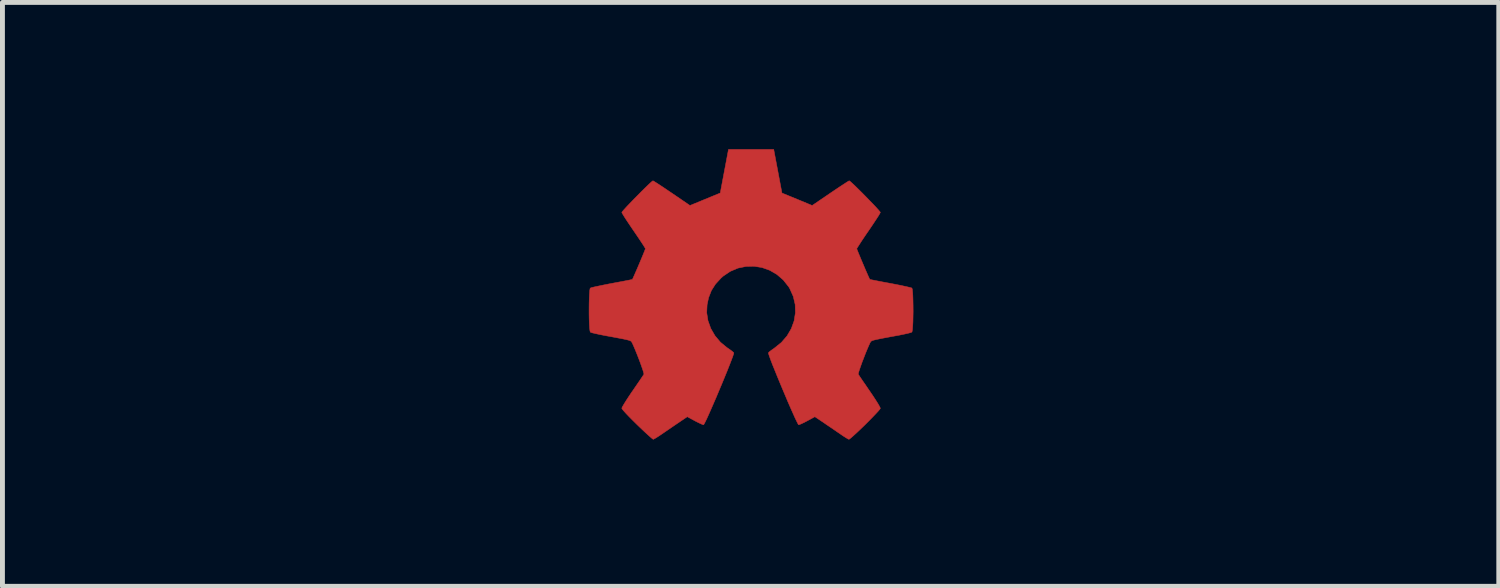
<source format=kicad_pcb>
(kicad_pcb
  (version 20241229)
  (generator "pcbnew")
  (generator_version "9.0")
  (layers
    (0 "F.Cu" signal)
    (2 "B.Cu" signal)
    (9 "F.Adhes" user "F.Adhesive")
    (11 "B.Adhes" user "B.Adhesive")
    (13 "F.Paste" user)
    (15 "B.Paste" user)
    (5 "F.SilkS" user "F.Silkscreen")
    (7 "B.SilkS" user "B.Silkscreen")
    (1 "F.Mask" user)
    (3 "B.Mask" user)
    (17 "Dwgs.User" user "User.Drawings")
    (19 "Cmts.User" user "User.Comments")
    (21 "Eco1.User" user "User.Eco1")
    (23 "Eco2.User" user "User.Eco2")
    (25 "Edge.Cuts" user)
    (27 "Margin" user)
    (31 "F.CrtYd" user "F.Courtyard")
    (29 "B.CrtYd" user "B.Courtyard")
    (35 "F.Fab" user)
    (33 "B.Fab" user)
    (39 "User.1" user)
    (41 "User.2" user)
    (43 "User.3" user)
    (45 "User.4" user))
  (footprint "OSHW-Symbol_6.7x6mm_Copper"
    (layer "F.Cu")
    (at 12.292 2.981)
    (property "Reference" "OSHW-Symbol_6.7x6mm_Copper" (at 0 0 0) (layer "F.Mask") (effects (font (size 1 1) (thickness 0.15))))
    (attr board_only exclude_from_pos_files exclude_from_bom)
    (fp_poly (pts (xy 0.556 -2.531) (xy 0.64 -2.086) (xy 0.949 -1.959) (xy 1.258 -1.831) (xy 1.629 -2.084) (xy 1.733 -2.154) (xy 1.827 -2.217) (xy 1.907 -2.269) (xy 1.967 -2.308) (xy 2.005 -2.331) (xy 2.015 -2.336) (xy 2.034 -2.323) (xy 2.073 -2.288) (xy 2.13 -2.235) (xy 2.198 -2.168) (xy 2.274 -2.093) (xy 2.353 -2.013) (xy 2.431 -1.932) (xy 2.504 -1.857) (xy 2.567 -1.79) (xy 2.615 -1.737) (xy 2.644 -1.702) (xy 2.651 -1.69) (xy 2.641 -1.669) (xy 2.613 -1.621) (xy 2.569 -1.553) (xy 2.513 -1.468) (xy 2.448 -1.371) (xy 2.41 -1.316) (xy 2.341 -1.215) (xy 2.28 -1.124) (xy 2.23 -1.047) (xy 2.193 -0.989) (xy 2.172 -0.955) (xy 2.169 -0.948) (xy 2.176 -0.927) (xy 2.195 -0.879) (xy 2.223 -0.811) (xy 2.257 -0.729) (xy 2.295 -0.64) (xy 2.333 -0.55) (xy 2.369 -0.467) (xy 2.4 -0.396) (xy 2.423 -0.346) (xy 2.435 -0.322) (xy 2.436 -0.321) (xy 2.455 -0.316) (xy 2.505 -0.306) (xy 2.581 -0.291) (xy 2.678 -0.272) (xy 2.791 -0.251) (xy 2.856 -0.239) (xy 2.977 -0.216) (xy 3.086 -0.194) (xy 3.177 -0.174) (xy 3.246 -0.158) (xy 3.287 -0.147) (xy 3.296 -0.143) (xy 3.304 -0.119) (xy 3.31 -0.064) (xy 3.315 0.015) (xy 3.318 0.112) (xy 3.32 0.22) (xy 3.321 0.333) (xy 3.319 0.445) (xy 3.317 0.549) (xy 3.312 0.638) (xy 3.307 0.707) (xy 3.299 0.748) (xy 3.295 0.757) (xy 3.269 0.767) (xy 3.213 0.782) (xy 3.136 0.799) (xy 3.044 0.818) (xy 3.012 0.824) (xy 2.858 0.852) (xy 2.735 0.875) (xy 2.642 0.893) (xy 2.572 0.908) (xy 2.523 0.919) (xy 2.491 0.929) (xy 2.471 0.938) (xy 2.459 0.947) (xy 2.457 0.948) (xy 2.44 0.976) (xy 2.415 1.031) (xy 2.383 1.105) (xy 2.347 1.192) (xy 2.311 1.286) (xy 2.275 1.379) (xy 2.244 1.466) (xy 2.219 1.539) (xy 2.203 1.592) (xy 2.199 1.618) (xy 2.2 1.619) (xy 2.214 1.64) (xy 2.245 1.687) (xy 2.291 1.755) (xy 2.349 1.838) (xy 2.413 1.933) (xy 2.432 1.96) (xy 2.498 2.057) (xy 2.556 2.146) (xy 2.603 2.221) (xy 2.635 2.278) (xy 2.651 2.311) (xy 2.651 2.315) (xy 2.638 2.336) (xy 2.603 2.377) (xy 2.549 2.435) (xy 2.482 2.505) (xy 2.406 2.582) (xy 2.326 2.662) (xy 2.245 2.74) (xy 2.17 2.811) (xy 2.103 2.872) (xy 2.051 2.918) (xy 2.017 2.944) (xy 2.008 2.948) (xy 1.986 2.938) (xy 1.941 2.911) (xy 1.88 2.872) (xy 1.834 2.84) (xy 1.749 2.782) (xy 1.65 2.714) (xy 1.549 2.646) (xy 1.496 2.609) (xy 1.313 2.486) (xy 1.16 2.569) (xy 1.091 2.605) (xy 1.031 2.633) (xy 0.991 2.649) (xy 0.981 2.651) (xy 0.969 2.635) (xy 0.945 2.588) (xy 0.91 2.516) (xy 0.868 2.422) (xy 0.818 2.31) (xy 0.764 2.186) (xy 0.708 2.053) (xy 0.65 1.916) (xy 0.593 1.779) (xy 0.538 1.646) (xy 0.488 1.522) (xy 0.443 1.411) (xy 0.407 1.317) (xy 0.381 1.244) (xy 0.366 1.197) (xy 0.363 1.181) (xy 0.382 1.16) (xy 0.424 1.127) (xy 0.48 1.088) (xy 0.484 1.085) (xy 0.628 0.969) (xy 0.744 0.835) (xy 0.831 0.686) (xy 0.889 0.526) (xy 0.915 0.36) (xy 0.91 0.192) (xy 0.871 0.026) (xy 0.799 -0.134) (xy 0.778 -0.169) (xy 0.667 -0.309) (xy 0.536 -0.422) (xy 0.39 -0.507) (xy 0.233 -0.563) (xy 0.069 -0.589) (xy -0.097 -0.585) (xy -0.26 -0.551) (xy -0.416 -0.485) (xy -0.56 -0.388) (xy -0.605 -0.348) (xy -0.719 -0.224) (xy -0.802 -0.094) (xy -0.859 0.052) (xy -0.89 0.197) (xy -0.898 0.36) (xy -0.872 0.523) (xy -0.815 0.682) (xy -0.729 0.831) (xy -0.617 0.964) (xy -0.482 1.075) (xy -0.464 1.087) (xy -0.408 1.126) (xy -0.365 1.159) (xy -0.345 1.18) (xy -0.344 1.181) (xy -0.349 1.204) (xy -0.366 1.256) (xy -0.395 1.333) (xy -0.433 1.431) (xy -0.478 1.545) (xy -0.53 1.672) (xy -0.585 1.806) (xy -0.643 1.943) (xy -0.7 2.08) (xy -0.757 2.211) (xy -0.81 2.333) (xy -0.858 2.441) (xy -0.899 2.532) (xy -0.932 2.599) (xy -0.954 2.64) (xy -0.963 2.651) (xy -0.99 2.643) (xy -1.04 2.62) (xy -1.106 2.588) (xy -1.142 2.569) (xy -1.295 2.486) (xy -1.477 2.609) (xy -1.57 2.672) (xy -1.672 2.742) (xy -1.767 2.807) (xy -1.815 2.84) (xy -1.882 2.885) (xy -1.939 2.921) (xy -1.979 2.943) (xy -1.991 2.948) (xy -2.01 2.935) (xy -2.051 2.9) (xy -2.11 2.847) (xy -2.185 2.778) (xy -2.269 2.698) (xy -2.323 2.646) (xy -2.416 2.554) (xy -2.497 2.472) (xy -2.562 2.403) (xy -2.608 2.351) (xy -2.631 2.319) (xy -2.633 2.312) (xy -2.623 2.287) (xy -2.594 2.237) (xy -2.551 2.167) (xy -2.496 2.082) (xy -2.432 1.986) (xy -2.413 1.96) (xy -2.347 1.863) (xy -2.287 1.776) (xy -2.238 1.704) (xy -2.202 1.65) (xy -2.183 1.622) (xy -2.181 1.619) (xy -2.184 1.596) (xy -2.199 1.545) (xy -2.223 1.474) (xy -2.253 1.389) (xy -2.288 1.296) (xy -2.325 1.202) (xy -2.361 1.113) (xy -2.393 1.038) (xy -2.419 0.981) (xy -2.437 0.95) (xy -2.438 0.948) (xy -2.449 0.94) (xy -2.468 0.931) (xy -2.498 0.921) (xy -2.543 0.91) (xy -2.608 0.896) (xy -2.697 0.879) (xy -2.813 0.857) (xy -2.962 0.83) (xy -2.994 0.824) (xy -3.089 0.805) (xy -3.172 0.787) (xy -3.235 0.772) (xy -3.271 0.76) (xy -3.276 0.757) (xy -3.284 0.732) (xy -3.291 0.677) (xy -3.296 0.597) (xy -3.3 0.5) (xy -3.302 0.392) (xy -3.302 0.279) (xy -3.301 0.167) (xy -3.298 0.064) (xy -3.294 -0.026) (xy -3.289 -0.094) (xy -3.281 -0.135) (xy -3.277 -0.143) (xy -3.253 -0.152) (xy -3.197 -0.166) (xy -3.117 -0.183) (xy -3.016 -0.204) (xy -2.901 -0.227) (xy -2.838 -0.239) (xy -2.719 -0.261) (xy -2.613 -0.281) (xy -2.524 -0.298) (xy -2.46 -0.311) (xy -2.423 -0.319) (xy -2.417 -0.321) (xy -2.407 -0.34) (xy -2.386 -0.387) (xy -2.356 -0.455) (xy -2.32 -0.537) (xy -2.282 -0.626) (xy -2.244 -0.716) (xy -2.209 -0.8) (xy -2.18 -0.871) (xy -2.16 -0.922) (xy -2.151 -0.948) (xy -2.151 -0.949) (xy -2.161 -0.968) (xy -2.189 -1.014) (xy -2.233 -1.081) (xy -2.289 -1.165) (xy -2.354 -1.261) (xy -2.392 -1.316) (xy -2.461 -1.418) (xy -2.522 -1.509) (xy -2.573 -1.587) (xy -2.61 -1.647) (xy -2.63 -1.683) (xy -2.633 -1.691) (xy -2.62 -1.709) (xy -2.585 -1.75) (xy -2.533 -1.807) (xy -2.467 -1.876) (xy -2.393 -1.953) (xy -2.314 -2.033) (xy -2.235 -2.113) (xy -2.16 -2.187) (xy -2.095 -2.25) (xy -2.043 -2.299) (xy -2.008 -2.329) (xy -1.996 -2.336) (xy -1.978 -2.326) (xy -1.933 -2.298) (xy -1.866 -2.255) (xy -1.781 -2.199) (xy -1.684 -2.133) (xy -1.611 -2.084) (xy -1.24 -1.831) (xy -0.621 -2.086) (xy -0.537 -2.531) (xy -0.453 -2.976) (xy 0.472 -2.976) (xy 0.556 -2.531)) (stroke (width 0.01) (type solid)) (fill yes) (layer "F.Cu"))
    (fp_poly (pts (xy 0.556 -2.531) (xy 0.64 -2.086) (xy 0.949 -1.959) (xy 1.258 -1.831) (xy 1.629 -2.084) (xy 1.733 -2.154) (xy 1.827 -2.217) (xy 1.907 -2.269) (xy 1.967 -2.308) (xy 2.005 -2.331) (xy 2.015 -2.336) (xy 2.034 -2.323) (xy 2.073 -2.288) (xy 2.13 -2.235) (xy 2.198 -2.168) (xy 2.274 -2.093) (xy 2.353 -2.013) (xy 2.431 -1.932) (xy 2.504 -1.857) (xy 2.567 -1.79) (xy 2.615 -1.737) (xy 2.644 -1.702) (xy 2.651 -1.69) (xy 2.641 -1.669) (xy 2.613 -1.621) (xy 2.569 -1.553) (xy 2.513 -1.468) (xy 2.448 -1.371) (xy 2.41 -1.316) (xy 2.341 -1.215) (xy 2.28 -1.124) (xy 2.23 -1.047) (xy 2.193 -0.989) (xy 2.172 -0.955) (xy 2.169 -0.948) (xy 2.176 -0.927) (xy 2.195 -0.879) (xy 2.223 -0.811) (xy 2.257 -0.729) (xy 2.295 -0.64) (xy 2.333 -0.55) (xy 2.369 -0.467) (xy 2.4 -0.396) (xy 2.423 -0.346) (xy 2.435 -0.322) (xy 2.436 -0.321) (xy 2.455 -0.316) (xy 2.505 -0.306) (xy 2.581 -0.291) (xy 2.678 -0.272) (xy 2.791 -0.251) (xy 2.856 -0.239) (xy 2.977 -0.216) (xy 3.086 -0.194) (xy 3.177 -0.174) (xy 3.246 -0.158) (xy 3.287 -0.147) (xy 3.296 -0.143) (xy 3.304 -0.119) (xy 3.31 -0.064) (xy 3.315 0.015) (xy 3.318 0.112) (xy 3.32 0.22) (xy 3.321 0.333) (xy 3.319 0.445) (xy 3.317 0.549) (xy 3.312 0.638) (xy 3.307 0.707) (xy 3.299 0.748) (xy 3.295 0.757) (xy 3.269 0.767) (xy 3.213 0.782) (xy 3.136 0.799) (xy 3.044 0.818) (xy 3.012 0.824) (xy 2.858 0.852) (xy 2.735 0.875) (xy 2.642 0.893) (xy 2.572 0.908) (xy 2.523 0.919) (xy 2.491 0.929) (xy 2.471 0.938) (xy 2.459 0.947) (xy 2.457 0.948) (xy 2.44 0.976) (xy 2.415 1.031) (xy 2.383 1.105) (xy 2.347 1.192) (xy 2.311 1.286) (xy 2.275 1.379) (xy 2.244 1.466) (xy 2.219 1.539) (xy 2.203 1.592) (xy 2.199 1.618) (xy 2.2 1.619) (xy 2.214 1.64) (xy 2.245 1.687) (xy 2.291 1.755) (xy 2.349 1.838) (xy 2.413 1.933) (xy 2.432 1.96) (xy 2.498 2.057) (xy 2.556 2.146) (xy 2.603 2.221) (xy 2.635 2.278) (xy 2.651 2.311) (xy 2.651 2.315) (xy 2.638 2.336) (xy 2.603 2.377) (xy 2.549 2.435) (xy 2.482 2.505) (xy 2.406 2.582) (xy 2.326 2.662) (xy 2.245 2.74) (xy 2.17 2.811) (xy 2.103 2.872) (xy 2.051 2.918) (xy 2.017 2.944) (xy 2.008 2.948) (xy 1.986 2.938) (xy 1.941 2.911) (xy 1.88 2.872) (xy 1.834 2.84) (xy 1.749 2.782) (xy 1.65 2.714) (xy 1.549 2.646) (xy 1.496 2.609) (xy 1.313 2.486) (xy 1.16 2.569) (xy 1.091 2.605) (xy 1.031 2.633) (xy 0.991 2.649) (xy 0.981 2.651) (xy 0.969 2.635) (xy 0.945 2.588) (xy 0.91 2.516) (xy 0.868 2.422) (xy 0.818 2.31) (xy 0.764 2.186) (xy 0.708 2.053) (xy 0.65 1.916) (xy 0.593 1.779) (xy 0.538 1.646) (xy 0.488 1.522) (xy 0.443 1.411) (xy 0.407 1.317) (xy 0.381 1.244) (xy 0.366 1.197) (xy 0.363 1.181) (xy 0.382 1.16) (xy 0.424 1.127) (xy 0.48 1.088) (xy 0.484 1.085) (xy 0.628 0.969) (xy 0.744 0.835) (xy 0.831 0.686) (xy 0.889 0.526) (xy 0.915 0.36) (xy 0.91 0.192) (xy 0.871 0.026) (xy 0.799 -0.134) (xy 0.778 -0.169) (xy 0.667 -0.309) (xy 0.536 -0.422) (xy 0.39 -0.507) (xy 0.233 -0.563) (xy 0.069 -0.589) (xy -0.097 -0.585) (xy -0.26 -0.551) (xy -0.416 -0.485) (xy -0.56 -0.388) (xy -0.605 -0.348) (xy -0.719 -0.224) (xy -0.802 -0.094) (xy -0.859 0.052) (xy -0.89 0.197) (xy -0.898 0.36) (xy -0.872 0.523) (xy -0.815 0.682) (xy -0.729 0.831) (xy -0.617 0.964) (xy -0.482 1.075) (xy -0.464 1.087) (xy -0.408 1.126) (xy -0.365 1.159) (xy -0.345 1.18) (xy -0.344 1.181) (xy -0.349 1.204) (xy -0.366 1.256) (xy -0.395 1.333) (xy -0.433 1.431) (xy -0.478 1.545) (xy -0.53 1.672) (xy -0.585 1.806) (xy -0.643 1.943) (xy -0.7 2.08) (xy -0.757 2.211) (xy -0.81 2.333) (xy -0.858 2.441) (xy -0.899 2.532) (xy -0.932 2.599) (xy -0.954 2.64) (xy -0.963 2.651) (xy -0.99 2.643) (xy -1.04 2.62) (xy -1.106 2.588) (xy -1.142 2.569) (xy -1.295 2.486) (xy -1.477 2.609) (xy -1.57 2.672) (xy -1.672 2.742) (xy -1.767 2.807) (xy -1.815 2.84) (xy -1.882 2.885) (xy -1.939 2.921) (xy -1.979 2.943) (xy -1.991 2.948) (xy -2.01 2.935) (xy -2.051 2.9) (xy -2.11 2.847) (xy -2.185 2.778) (xy -2.269 2.698) (xy -2.323 2.646) (xy -2.416 2.554) (xy -2.497 2.472) (xy -2.562 2.403) (xy -2.608 2.351) (xy -2.631 2.319) (xy -2.633 2.312) (xy -2.623 2.287) (xy -2.594 2.237) (xy -2.551 2.167) (xy -2.496 2.082) (xy -2.432 1.986) (xy -2.413 1.96) (xy -2.347 1.863) (xy -2.287 1.776) (xy -2.238 1.704) (xy -2.202 1.65) (xy -2.183 1.622) (xy -2.181 1.619) (xy -2.184 1.596) (xy -2.199 1.545) (xy -2.223 1.474) (xy -2.253 1.389) (xy -2.288 1.296) (xy -2.325 1.202) (xy -2.361 1.113) (xy -2.393 1.038) (xy -2.419 0.981) (xy -2.437 0.95) (xy -2.438 0.948) (xy -2.449 0.94) (xy -2.468 0.931) (xy -2.498 0.921) (xy -2.543 0.91) (xy -2.608 0.896) (xy -2.697 0.879) (xy -2.813 0.857) (xy -2.962 0.83) (xy -2.994 0.824) (xy -3.089 0.805) (xy -3.172 0.787) (xy -3.235 0.772) (xy -3.271 0.76) (xy -3.276 0.757) (xy -3.284 0.732) (xy -3.291 0.677) (xy -3.296 0.597) (xy -3.3 0.5) (xy -3.302 0.392) (xy -3.302 0.279) (xy -3.301 0.167) (xy -3.298 0.064) (xy -3.294 -0.026) (xy -3.289 -0.094) (xy -3.281 -0.135) (xy -3.277 -0.143) (xy -3.253 -0.152) (xy -3.197 -0.166) (xy -3.117 -0.183) (xy -3.016 -0.204) (xy -2.901 -0.227) (xy -2.838 -0.239) (xy -2.719 -0.261) (xy -2.613 -0.281) (xy -2.524 -0.298) (xy -2.46 -0.311) (xy -2.423 -0.319) (xy -2.417 -0.321) (xy -2.407 -0.34) (xy -2.386 -0.387) (xy -2.356 -0.455) (xy -2.32 -0.537) (xy -2.282 -0.626) (xy -2.244 -0.716) (xy -2.209 -0.8) (xy -2.18 -0.871) (xy -2.16 -0.922) (xy -2.151 -0.948) (xy -2.151 -0.949) (xy -2.161 -0.968) (xy -2.189 -1.014) (xy -2.233 -1.081) (xy -2.289 -1.165) (xy -2.354 -1.261) (xy -2.392 -1.316) (xy -2.461 -1.418) (xy -2.522 -1.509) (xy -2.573 -1.587) (xy -2.61 -1.647) (xy -2.63 -1.683) (xy -2.633 -1.691) (xy -2.62 -1.709) (xy -2.585 -1.75) (xy -2.533 -1.807) (xy -2.467 -1.876) (xy -2.393 -1.953) (xy -2.314 -2.033) (xy -2.235 -2.113) (xy -2.16 -2.187) (xy -2.095 -2.25) (xy -2.043 -2.299) (xy -2.008 -2.329) (xy -1.996 -2.336) (xy -1.978 -2.326) (xy -1.933 -2.298) (xy -1.866 -2.255) (xy -1.781 -2.199) (xy -1.684 -2.133) (xy -1.611 -2.084) (xy -1.24 -1.831) (xy -0.621 -2.086) (xy -0.537 -2.531) (xy -0.453 -2.976) (xy 0.472 -2.976) (xy 0.556 -2.531)) (stroke (width 0.01) (type solid)) (fill yes) (layer "F.Mask"))
    (fp_poly (pts (xy 0.556 -2.531) (xy 0.64 -2.086) (xy 0.949 -1.959) (xy 1.258 -1.831) (xy 1.629 -2.084) (xy 1.733 -2.154) (xy 1.827 -2.217) (xy 1.907 -2.269) (xy 1.967 -2.308) (xy 2.005 -2.331) (xy 2.015 -2.336) (xy 2.034 -2.323) (xy 2.073 -2.288) (xy 2.13 -2.235) (xy 2.198 -2.168) (xy 2.274 -2.093) (xy 2.353 -2.013) (xy 2.431 -1.932) (xy 2.504 -1.857) (xy 2.567 -1.79) (xy 2.615 -1.737) (xy 2.644 -1.702) (xy 2.651 -1.69) (xy 2.641 -1.669) (xy 2.613 -1.621) (xy 2.569 -1.553) (xy 2.513 -1.468) (xy 2.448 -1.371) (xy 2.41 -1.316) (xy 2.341 -1.215) (xy 2.28 -1.124) (xy 2.23 -1.047) (xy 2.193 -0.989) (xy 2.172 -0.955) (xy 2.169 -0.948) (xy 2.176 -0.927) (xy 2.195 -0.879) (xy 2.223 -0.811) (xy 2.257 -0.729) (xy 2.295 -0.64) (xy 2.333 -0.55) (xy 2.369 -0.467) (xy 2.4 -0.396) (xy 2.423 -0.346) (xy 2.435 -0.322) (xy 2.436 -0.321) (xy 2.455 -0.316) (xy 2.505 -0.306) (xy 2.581 -0.291) (xy 2.678 -0.272) (xy 2.791 -0.251) (xy 2.856 -0.239) (xy 2.977 -0.216) (xy 3.086 -0.194) (xy 3.177 -0.174) (xy 3.246 -0.158) (xy 3.287 -0.147) (xy 3.296 -0.143) (xy 3.304 -0.119) (xy 3.31 -0.064) (xy 3.315 0.015) (xy 3.318 0.112) (xy 3.32 0.22) (xy 3.321 0.333) (xy 3.319 0.445) (xy 3.317 0.549) (xy 3.312 0.638) (xy 3.307 0.707) (xy 3.299 0.748) (xy 3.295 0.757) (xy 3.269 0.767) (xy 3.213 0.782) (xy 3.136 0.799) (xy 3.044 0.818) (xy 3.012 0.824) (xy 2.858 0.852) (xy 2.735 0.875) (xy 2.642 0.893) (xy 2.572 0.908) (xy 2.523 0.919) (xy 2.491 0.929) (xy 2.471 0.938) (xy 2.459 0.947) (xy 2.457 0.948) (xy 2.44 0.976) (xy 2.415 1.031) (xy 2.383 1.105) (xy 2.347 1.192) (xy 2.311 1.286) (xy 2.275 1.379) (xy 2.244 1.466) (xy 2.219 1.539) (xy 2.203 1.592) (xy 2.199 1.618) (xy 2.2 1.619) (xy 2.214 1.64) (xy 2.245 1.687) (xy 2.291 1.755) (xy 2.349 1.838) (xy 2.413 1.933) (xy 2.432 1.96) (xy 2.498 2.057) (xy 2.556 2.146) (xy 2.603 2.221) (xy 2.635 2.278) (xy 2.651 2.311) (xy 2.651 2.315) (xy 2.638 2.336) (xy 2.603 2.377) (xy 2.549 2.435) (xy 2.482 2.505) (xy 2.406 2.582) (xy 2.326 2.662) (xy 2.245 2.74) (xy 2.17 2.811) (xy 2.103 2.872) (xy 2.051 2.918) (xy 2.017 2.944) (xy 2.008 2.948) (xy 1.986 2.938) (xy 1.941 2.911) (xy 1.88 2.872) (xy 1.834 2.84) (xy 1.749 2.782) (xy 1.65 2.714) (xy 1.549 2.646) (xy 1.496 2.609) (xy 1.313 2.486) (xy 1.16 2.569) (xy 1.091 2.605) (xy 1.031 2.633) (xy 0.991 2.649) (xy 0.981 2.651) (xy 0.969 2.635) (xy 0.945 2.588) (xy 0.91 2.516) (xy 0.868 2.422) (xy 0.818 2.31) (xy 0.764 2.186) (xy 0.708 2.053) (xy 0.65 1.916) (xy 0.593 1.779) (xy 0.538 1.646) (xy 0.488 1.522) (xy 0.443 1.411) (xy 0.407 1.317) (xy 0.381 1.244) (xy 0.366 1.197) (xy 0.363 1.181) (xy 0.382 1.16) (xy 0.424 1.127) (xy 0.48 1.088) (xy 0.484 1.085) (xy 0.628 0.969) (xy 0.744 0.835) (xy 0.831 0.686) (xy 0.889 0.526) (xy 0.915 0.36) (xy 0.91 0.192) (xy 0.871 0.026) (xy 0.799 -0.134) (xy 0.778 -0.169) (xy 0.667 -0.309) (xy 0.536 -0.422) (xy 0.39 -0.507) (xy 0.233 -0.563) (xy 0.069 -0.589) (xy -0.097 -0.585) (xy -0.26 -0.551) (xy -0.416 -0.485) (xy -0.56 -0.388) (xy -0.605 -0.348) (xy -0.719 -0.224) (xy -0.802 -0.094) (xy -0.859 0.052) (xy -0.89 0.197) (xy -0.898 0.36) (xy -0.872 0.523) (xy -0.815 0.682) (xy -0.729 0.831) (xy -0.617 0.964) (xy -0.482 1.075) (xy -0.464 1.087) (xy -0.408 1.126) (xy -0.365 1.159) (xy -0.345 1.18) (xy -0.344 1.181) (xy -0.349 1.204) (xy -0.366 1.256) (xy -0.395 1.333) (xy -0.433 1.431) (xy -0.478 1.545) (xy -0.53 1.672) (xy -0.585 1.806) (xy -0.643 1.943) (xy -0.7 2.08) (xy -0.757 2.211) (xy -0.81 2.333) (xy -0.858 2.441) (xy -0.899 2.532) (xy -0.932 2.599) (xy -0.954 2.64) (xy -0.963 2.651) (xy -0.99 2.643) (xy -1.04 2.62) (xy -1.106 2.588) (xy -1.142 2.569) (xy -1.295 2.486) (xy -1.477 2.609) (xy -1.57 2.672) (xy -1.672 2.742) (xy -1.767 2.807) (xy -1.815 2.84) (xy -1.882 2.885) (xy -1.939 2.921) (xy -1.979 2.943) (xy -1.991 2.948) (xy -2.01 2.935) (xy -2.051 2.9) (xy -2.11 2.847) (xy -2.185 2.778) (xy -2.269 2.698) (xy -2.323 2.646) (xy -2.416 2.554) (xy -2.497 2.472) (xy -2.562 2.403) (xy -2.608 2.351) (xy -2.631 2.319) (xy -2.633 2.312) (xy -2.623 2.287) (xy -2.594 2.237) (xy -2.551 2.167) (xy -2.496 2.082) (xy -2.432 1.986) (xy -2.413 1.96) (xy -2.347 1.863) (xy -2.287 1.776) (xy -2.238 1.704) (xy -2.202 1.65) (xy -2.183 1.622) (xy -2.181 1.619) (xy -2.184 1.596) (xy -2.199 1.545) (xy -2.223 1.474) (xy -2.253 1.389) (xy -2.288 1.296) (xy -2.325 1.202) (xy -2.361 1.113) (xy -2.393 1.038) (xy -2.419 0.981) (xy -2.437 0.95) (xy -2.438 0.948) (xy -2.449 0.94) (xy -2.468 0.931) (xy -2.498 0.921) (xy -2.543 0.91) (xy -2.608 0.896) (xy -2.697 0.879) (xy -2.813 0.857) (xy -2.962 0.83) (xy -2.994 0.824) (xy -3.089 0.805) (xy -3.172 0.787) (xy -3.235 0.772) (xy -3.271 0.76) (xy -3.276 0.757) (xy -3.284 0.732) (xy -3.291 0.677) (xy -3.296 0.597) (xy -3.3 0.5) (xy -3.302 0.392) (xy -3.302 0.279) (xy -3.301 0.167) (xy -3.298 0.064) (xy -3.294 -0.026) (xy -3.289 -0.094) (xy -3.281 -0.135) (xy -3.277 -0.143) (xy -3.253 -0.152) (xy -3.197 -0.166) (xy -3.117 -0.183) (xy -3.016 -0.204) (xy -2.901 -0.227) (xy -2.838 -0.239) (xy -2.719 -0.261) (xy -2.613 -0.281) (xy -2.524 -0.298) (xy -2.46 -0.311) (xy -2.423 -0.319) (xy -2.417 -0.321) (xy -2.407 -0.34) (xy -2.386 -0.387) (xy -2.356 -0.455) (xy -2.32 -0.537) (xy -2.282 -0.626) (xy -2.244 -0.716) (xy -2.209 -0.8) (xy -2.18 -0.871) (xy -2.16 -0.922) (xy -2.151 -0.948) (xy -2.151 -0.949) (xy -2.161 -0.968) (xy -2.189 -1.014) (xy -2.233 -1.081) (xy -2.289 -1.165) (xy -2.354 -1.261) (xy -2.392 -1.316) (xy -2.461 -1.418) (xy -2.522 -1.509) (xy -2.573 -1.587) (xy -2.61 -1.647) (xy -2.63 -1.683) (xy -2.633 -1.691) (xy -2.62 -1.709) (xy -2.585 -1.75) (xy -2.533 -1.807) (xy -2.467 -1.876) (xy -2.393 -1.953) (xy -2.314 -2.033) (xy -2.235 -2.113) (xy -2.16 -2.187) (xy -2.095 -2.25) (xy -2.043 -2.299) (xy -2.008 -2.329) (xy -1.996 -2.336) (xy -1.978 -2.326) (xy -1.933 -2.298) (xy -1.866 -2.255) (xy -1.781 -2.199) (xy -1.684 -2.133) (xy -1.611 -2.084) (xy -1.24 -1.831) (xy -0.621 -2.086) (xy -0.537 -2.531) (xy -0.453 -2.976) (xy 0.472 -2.976) (xy 0.556 -2.531)) (stroke (width 0.01) (type solid)) (fill yes) (layer "F.Paste")))
  (gr_rect
    (start -3 -3)
    (end 27.583 8.934)
    (stroke (width 0.1) (type default))
    (fill no)
    (layer "Edge.Cuts")))
</source>
